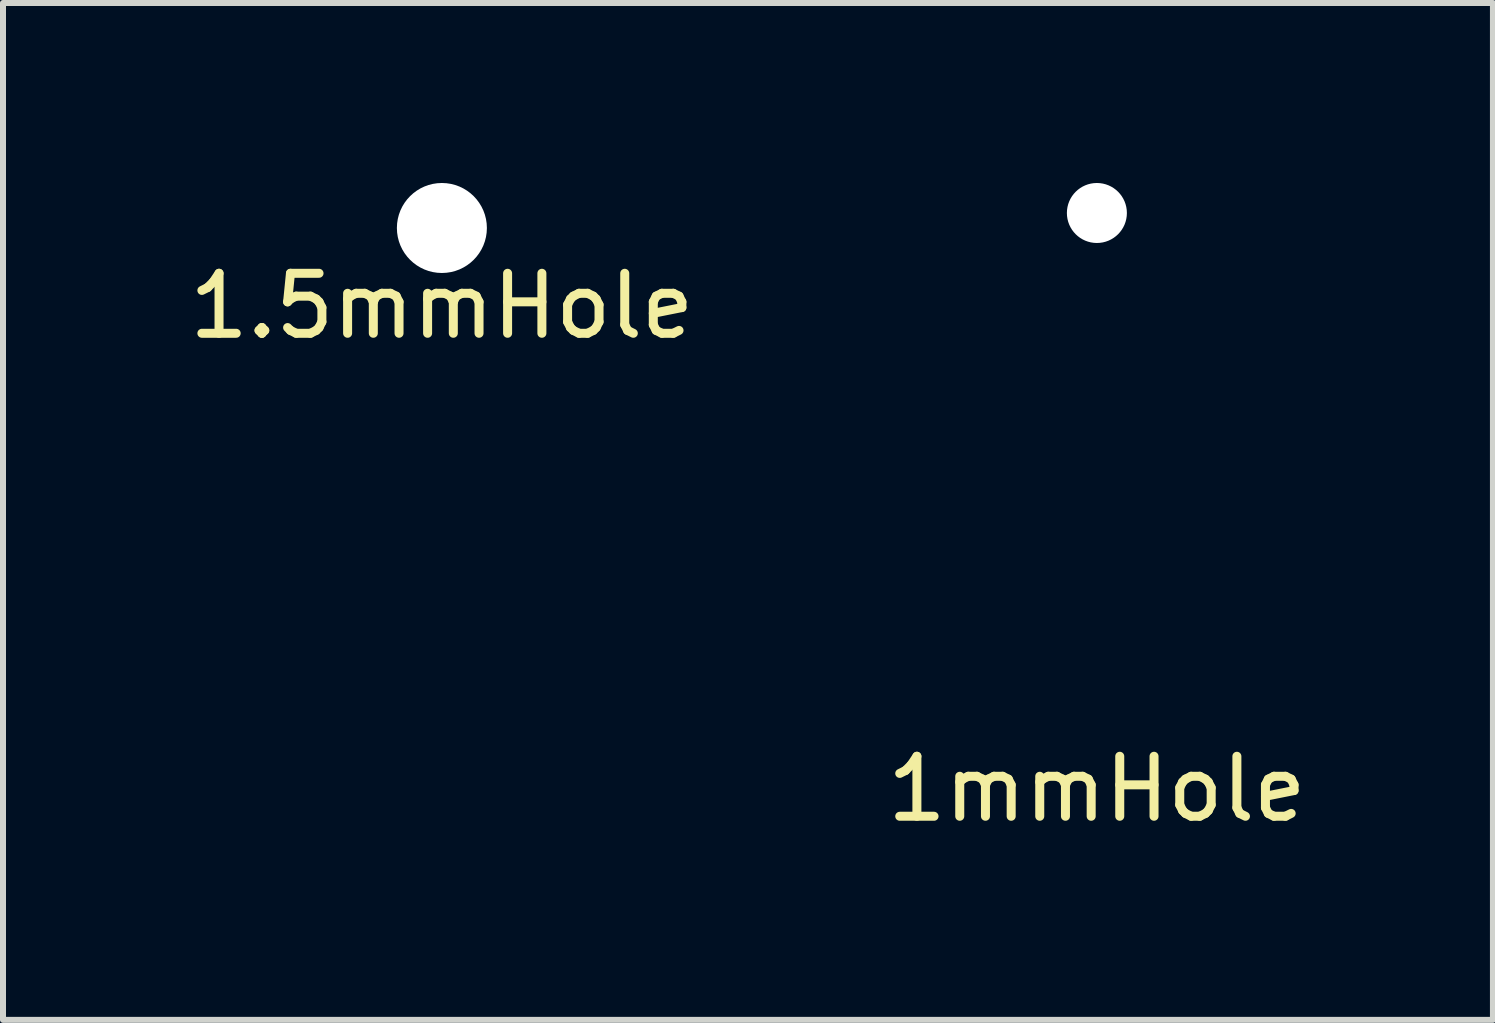
<source format=kicad_pcb>
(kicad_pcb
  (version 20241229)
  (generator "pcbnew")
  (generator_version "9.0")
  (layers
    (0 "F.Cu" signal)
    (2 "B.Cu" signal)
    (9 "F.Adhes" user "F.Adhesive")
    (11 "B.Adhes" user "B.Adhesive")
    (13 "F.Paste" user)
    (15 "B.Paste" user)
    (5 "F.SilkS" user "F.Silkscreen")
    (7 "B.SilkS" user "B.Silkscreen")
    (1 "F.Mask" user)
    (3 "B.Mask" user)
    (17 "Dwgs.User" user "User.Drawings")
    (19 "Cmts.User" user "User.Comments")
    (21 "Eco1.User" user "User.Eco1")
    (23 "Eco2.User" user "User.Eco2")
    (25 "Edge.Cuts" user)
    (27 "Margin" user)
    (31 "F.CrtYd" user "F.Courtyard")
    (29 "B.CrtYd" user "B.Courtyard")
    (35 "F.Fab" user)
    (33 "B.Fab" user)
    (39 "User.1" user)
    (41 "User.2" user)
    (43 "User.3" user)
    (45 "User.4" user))
  (footprint "1.5mmHole"
    (layer "F.Cu")
    (at 4.315 0.75)
    (property "Reference" "1.5mmHole" (at 0 1.3 0) (layer "F.SilkS") (effects (font (size 1 1) (thickness 0.15))))
    (attr through_hole)
    (pad "" np_thru_hole circle (at 0 0 90) (size 1.5 1.5) (drill 1.5) (layers "*.Cu")))
  (footprint "1mmHole"
    (layer "F.Cu")
    (at 15.232 0.5)
    (property "Reference" "1mmHole" (at 0 9.6 0) (layer "F.SilkS") (effects (font (size 1 1) (thickness 0.15))))
    (attr through_hole)
    (pad "" np_thru_hole circle (at 0 0) (size 1 1) (drill 1) (layers "*.Cu")))
  (gr_rect
    (start -3 -3)
    (end 21.833 13.948)
    (stroke (width 0.1) (type default))
    (fill no)
    (layer "Edge.Cuts")))
</source>
